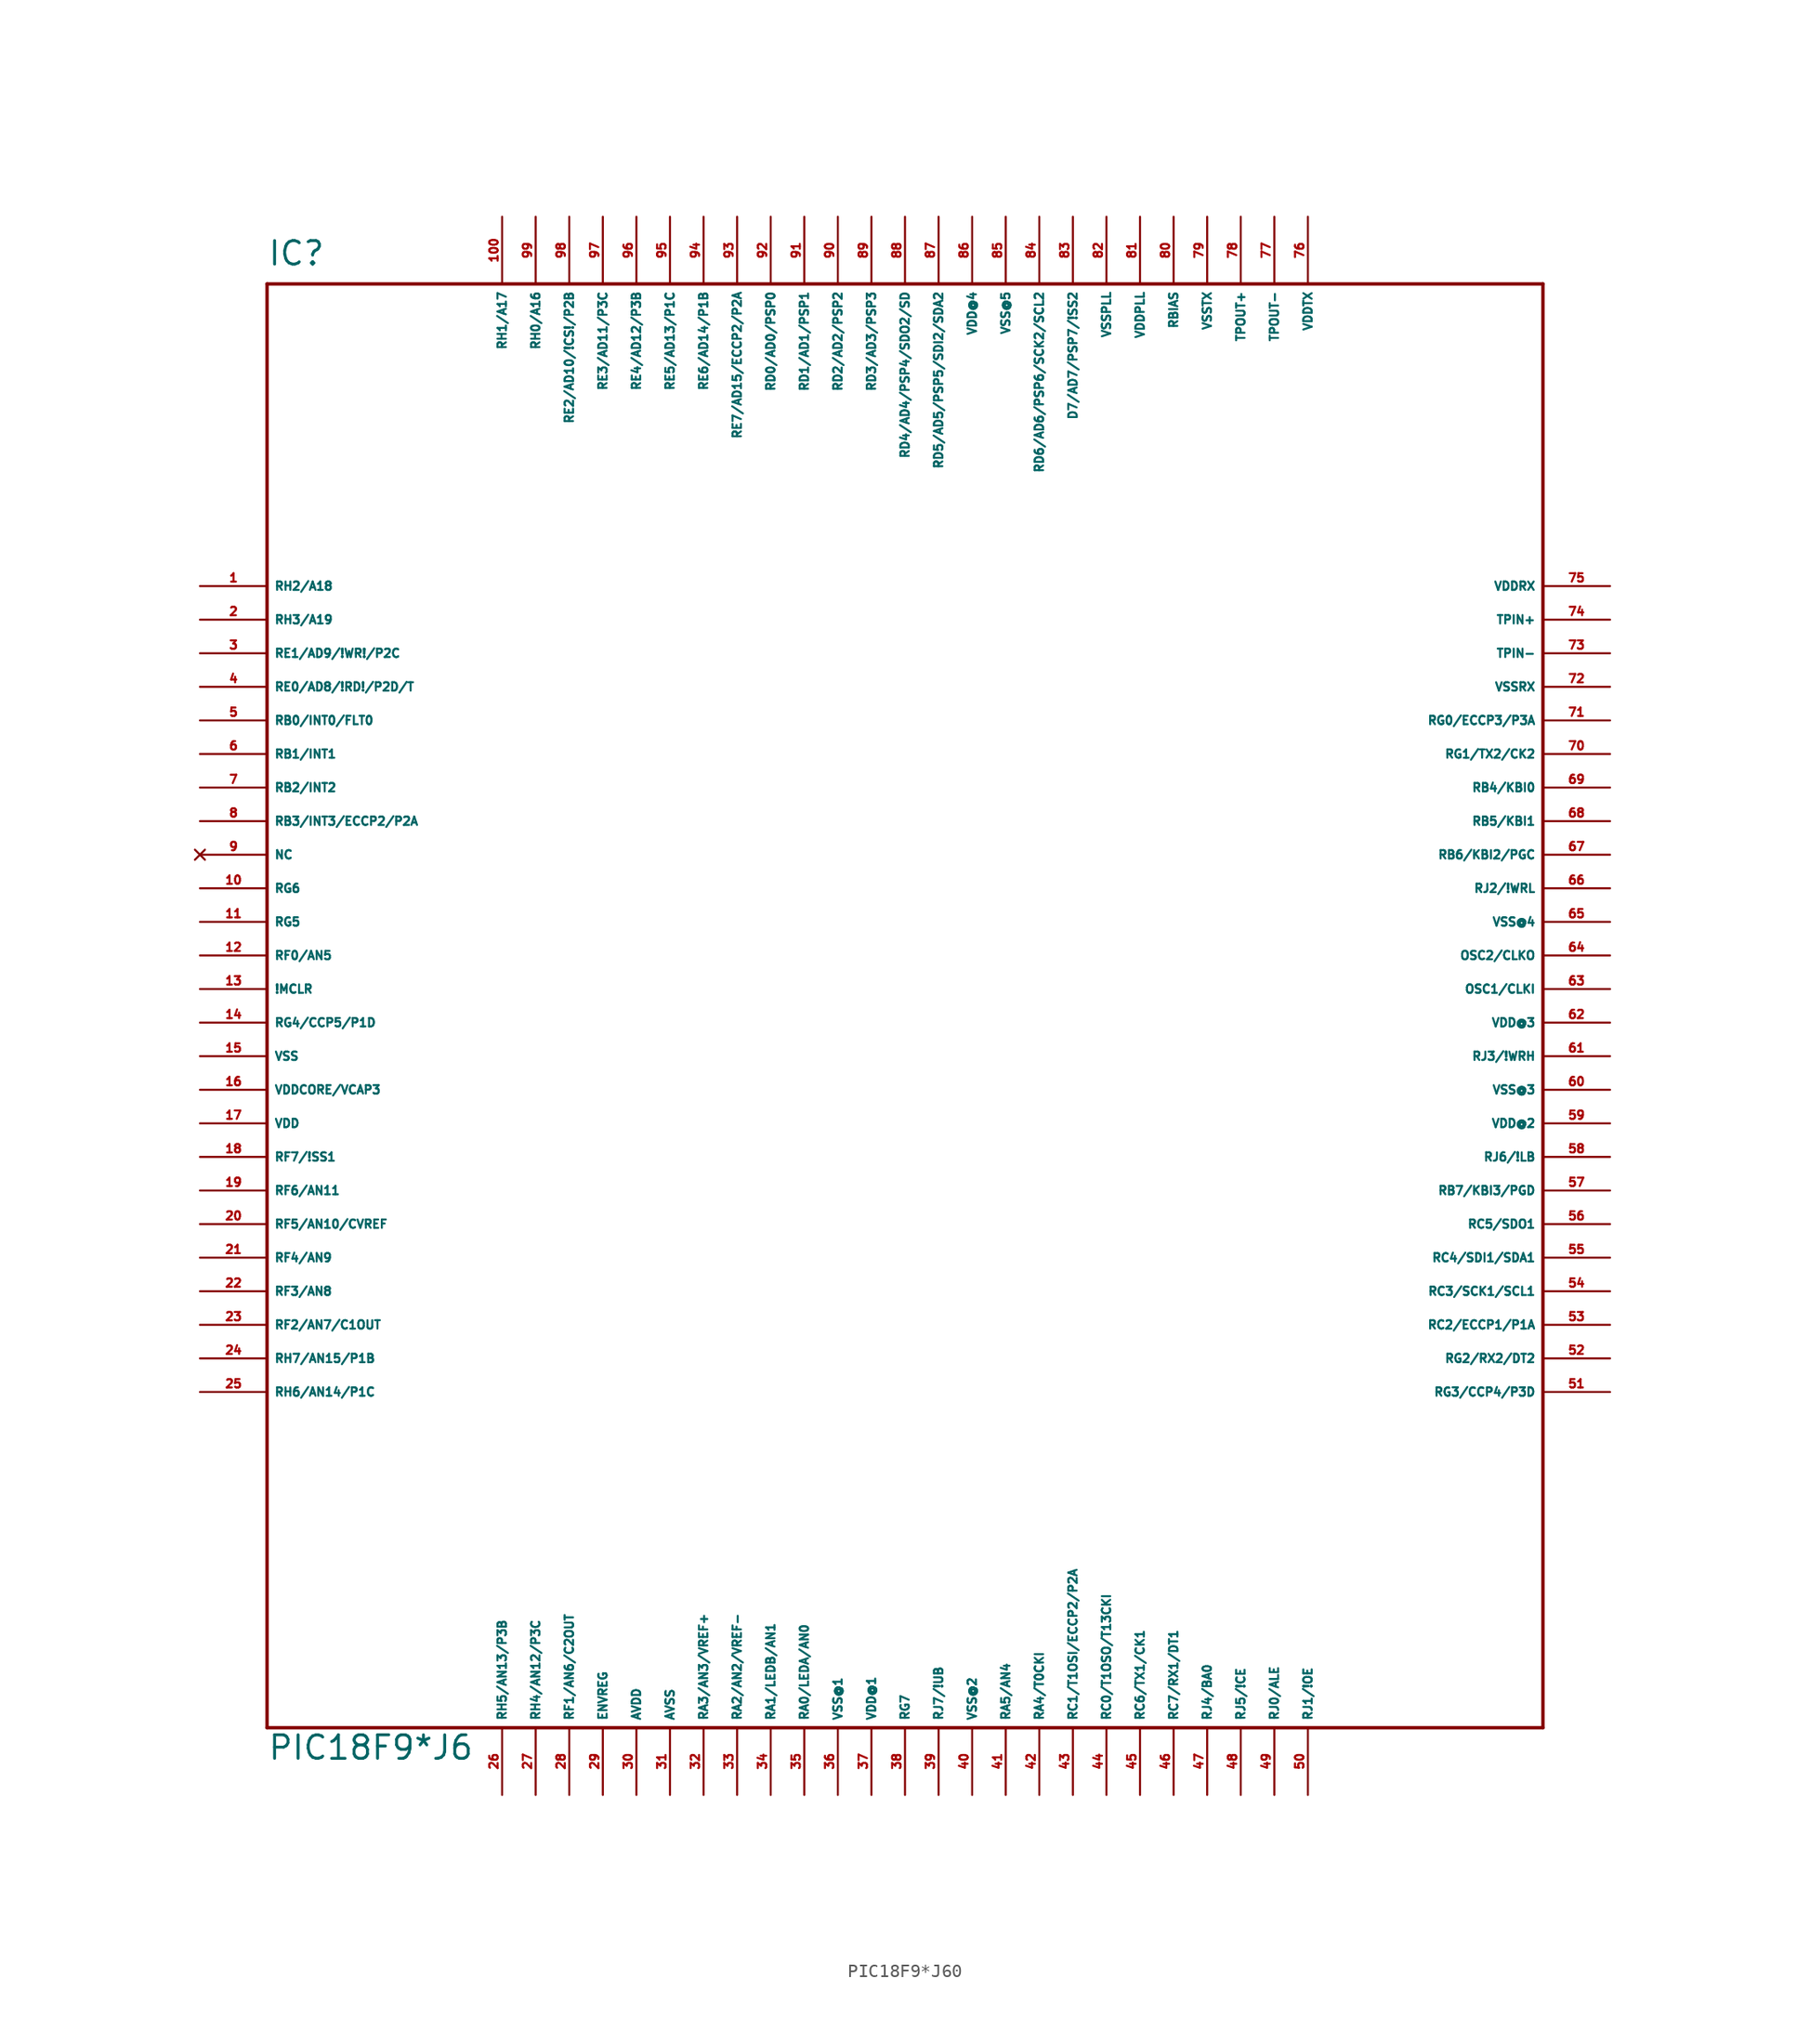
<source format=kicad_sym>
(kicad_symbol_lib
  (version 20220914)
  (generator Eagle2Kicad)
  (symbol "PIC18F9*J60"
    (property "Reference" "IC"
      (at -48.26 54.61 0)
      (effects (font (size 1.778 1.778) (thickness 0.22)) (justify left bottom)))
    (property "Value" "PIC18F9*J6"
      (at -48.26 -58.42 0)
      (effects (font (size 1.778 1.778) (thickness 0.22)) (justify left bottom)))
    (polyline
      (pts (xy -48.26 -55.88) (xy 48.26 -55.88))
      (stroke (width 0.254) (type default))
      (fill (type none)))
    (polyline
      (pts (xy 48.26 -55.88) (xy 48.26 53.34))
      (stroke (width 0.254) (type default))
      (fill (type none)))
    (polyline
      (pts (xy 48.26 53.34) (xy -48.26 53.34))
      (stroke (width 0.254) (type default))
      (fill (type none)))
    (polyline
      (pts (xy -48.26 53.34) (xy -48.26 -55.88))
      (stroke (width 0.254) (type default))
      (fill (type none)))
    (pin bidirectional line
      (at -53.34 30.48 0)
      (length 5.08)
      (name "RH2/A18" (effects (font (size 0.635 0.635) (thickness 0.08)) (justify left bottom)))
      (number "1" (effects (font (size 0.635 0.635) (thickness 0.08)) (justify left bottom))))
    (pin bidirectional line
      (at -53.34 27.94 0)
      (length 5.08)
      (name "RH3/A19" (effects (font (size 0.635 0.635) (thickness 0.08)) (justify left bottom)))
      (number "2" (effects (font (size 0.635 0.635) (thickness 0.08)) (justify left bottom))))
    (pin bidirectional line
      (at -53.34 25.4 0)
      (length 5.08)
      (name "RE1/AD9/!WR!/P2C" (effects (font (size 0.635 0.635) (thickness 0.08)) (justify left bottom)))
      (number "3" (effects (font (size 0.635 0.635) (thickness 0.08)) (justify left bottom))))
    (pin bidirectional line
      (at -53.34 22.86 0)
      (length 5.08)
      (name "RE0/AD8/!RD!/P2D/T" (effects (font (size 0.635 0.635) (thickness 0.08)) (justify left bottom)))
      (number "4" (effects (font (size 0.635 0.635) (thickness 0.08)) (justify left bottom))))
    (pin bidirectional line
      (at -53.34 20.32 0)
      (length 5.08)
      (name "RB0/INT0/FLT0" (effects (font (size 0.635 0.635) (thickness 0.08)) (justify left bottom)))
      (number "5" (effects (font (size 0.635 0.635) (thickness 0.08)) (justify left bottom))))
    (pin bidirectional line
      (at -53.34 17.78 0)
      (length 5.08)
      (name "RB1/INT1" (effects (font (size 0.635 0.635) (thickness 0.08)) (justify left bottom)))
      (number "6" (effects (font (size 0.635 0.635) (thickness 0.08)) (justify left bottom))))
    (pin bidirectional line
      (at -53.34 15.24 0)
      (length 5.08)
      (name "RB2/INT2" (effects (font (size 0.635 0.635) (thickness 0.08)) (justify left bottom)))
      (number "7" (effects (font (size 0.635 0.635) (thickness 0.08)) (justify left bottom))))
    (pin bidirectional line
      (at -53.34 12.7 0)
      (length 5.08)
      (name "RB3/INT3/ECCP2/P2A" (effects (font (size 0.635 0.635) (thickness 0.08)) (justify left bottom)))
      (number "8" (effects (font (size 0.635 0.635) (thickness 0.08)) (justify left bottom))))
    (pin no_connect line
      (at -53.34 10.16 0)
      (length 5.08)
      (name "NC" (effects (font (size 0.635 0.635) (thickness 0.08)) (justify left bottom) hide))
      (number "9" (effects (font (size 0.635 0.635) (thickness 0.08)) (justify left bottom) hide)))
    (pin bidirectional line
      (at -53.34 7.62 0)
      (length 5.08)
      (name "RG6" (effects (font (size 0.635 0.635) (thickness 0.08)) (justify left bottom)))
      (number "10" (effects (font (size 0.635 0.635) (thickness 0.08)) (justify left bottom))))
    (pin bidirectional line
      (at -53.34 5.08 0)
      (length 5.08)
      (name "RG5" (effects (font (size 0.635 0.635) (thickness 0.08)) (justify left bottom)))
      (number "11" (effects (font (size 0.635 0.635) (thickness 0.08)) (justify left bottom))))
    (pin bidirectional line
      (at -53.34 2.54 0)
      (length 5.08)
      (name "RF0/AN5" (effects (font (size 0.635 0.635) (thickness 0.08)) (justify left bottom)))
      (number "12" (effects (font (size 0.635 0.635) (thickness 0.08)) (justify left bottom))))
    (pin input line
      (at -53.34 0 0)
      (length 5.08)
      (name "!MCLR" (effects (font (size 0.635 0.635) (thickness 0.08)) (justify left bottom)))
      (number "13" (effects (font (size 0.635 0.635) (thickness 0.08)) (justify left bottom))))
    (pin bidirectional line
      (at -53.34 -2.54 0)
      (length 5.08)
      (name "RG4/CCP5/P1D" (effects (font (size 0.635 0.635) (thickness 0.08)) (justify left bottom)))
      (number "14" (effects (font (size 0.635 0.635) (thickness 0.08)) (justify left bottom))))
    (pin unspecified line
      (at -53.34 -5.08 0)
      (length 5.08)
      (name "VSS" (effects (font (size 0.635 0.635) (thickness 0.08)) (justify left bottom)))
      (number "15" (effects (font (size 0.635 0.635) (thickness 0.08)) (justify left bottom))))
    (pin bidirectional line
      (at -53.34 -7.62 0)
      (length 5.08)
      (name "VDDCORE/VCAP3" (effects (font (size 0.635 0.635) (thickness 0.08)) (justify left bottom)))
      (number "16" (effects (font (size 0.635 0.635) (thickness 0.08)) (justify left bottom))))
    (pin unspecified line
      (at -53.34 -10.16 0)
      (length 5.08)
      (name "VDD" (effects (font (size 0.635 0.635) (thickness 0.08)) (justify left bottom)))
      (number "17" (effects (font (size 0.635 0.635) (thickness 0.08)) (justify left bottom))))
    (pin bidirectional line
      (at -53.34 -12.7 0)
      (length 5.08)
      (name "RF7/!SS1" (effects (font (size 0.635 0.635) (thickness 0.08)) (justify left bottom)))
      (number "18" (effects (font (size 0.635 0.635) (thickness 0.08)) (justify left bottom))))
    (pin bidirectional line
      (at -53.34 -15.24 0)
      (length 5.08)
      (name "RF6/AN11" (effects (font (size 0.635 0.635) (thickness 0.08)) (justify left bottom)))
      (number "19" (effects (font (size 0.635 0.635) (thickness 0.08)) (justify left bottom))))
    (pin bidirectional line
      (at -53.34 -17.78 0)
      (length 5.08)
      (name "RF5/AN10/CVREF" (effects (font (size 0.635 0.635) (thickness 0.08)) (justify left bottom)))
      (number "20" (effects (font (size 0.635 0.635) (thickness 0.08)) (justify left bottom))))
    (pin bidirectional line
      (at -53.34 -20.32 0)
      (length 5.08)
      (name "RF4/AN9" (effects (font (size 0.635 0.635) (thickness 0.08)) (justify left bottom)))
      (number "21" (effects (font (size 0.635 0.635) (thickness 0.08)) (justify left bottom))))
    (pin bidirectional line
      (at -53.34 -22.86 0)
      (length 5.08)
      (name "RF3/AN8" (effects (font (size 0.635 0.635) (thickness 0.08)) (justify left bottom)))
      (number "22" (effects (font (size 0.635 0.635) (thickness 0.08)) (justify left bottom))))
    (pin bidirectional line
      (at -53.34 -25.4 0)
      (length 5.08)
      (name "RF2/AN7/C1OUT" (effects (font (size 0.635 0.635) (thickness 0.08)) (justify left bottom)))
      (number "23" (effects (font (size 0.635 0.635) (thickness 0.08)) (justify left bottom))))
    (pin bidirectional line
      (at -53.34 -27.94 0)
      (length 5.08)
      (name "RH7/AN15/P1B" (effects (font (size 0.635 0.635) (thickness 0.08)) (justify left bottom)))
      (number "24" (effects (font (size 0.635 0.635) (thickness 0.08)) (justify left bottom))))
    (pin bidirectional line
      (at -53.34 -30.48 0)
      (length 5.08)
      (name "RH6/AN14/P1C" (effects (font (size 0.635 0.635) (thickness 0.08)) (justify left bottom)))
      (number "25" (effects (font (size 0.635 0.635) (thickness 0.08)) (justify left bottom))))
    (pin bidirectional line
      (at -30.48 -60.96 90)
      (length 5.08)
      (name "RH5/AN13/P3B" (effects (font (size 0.635 0.635) (thickness 0.08)) (justify left bottom)))
      (number "26" (effects (font (size 0.635 0.635) (thickness 0.08)) (justify left bottom))))
    (pin bidirectional line
      (at -27.94 -60.96 90)
      (length 5.08)
      (name "RH4/AN12/P3C" (effects (font (size 0.635 0.635) (thickness 0.08)) (justify left bottom)))
      (number "27" (effects (font (size 0.635 0.635) (thickness 0.08)) (justify left bottom))))
    (pin bidirectional line
      (at -25.4 -60.96 90)
      (length 5.08)
      (name "RF1/AN6/C2OUT" (effects (font (size 0.635 0.635) (thickness 0.08)) (justify left bottom)))
      (number "28" (effects (font (size 0.635 0.635) (thickness 0.08)) (justify left bottom))))
    (pin input line
      (at -22.86 -60.96 90)
      (length 5.08)
      (name "ENVREG" (effects (font (size 0.635 0.635) (thickness 0.08)) (justify left bottom)))
      (number "29" (effects (font (size 0.635 0.635) (thickness 0.08)) (justify left bottom))))
    (pin input line
      (at -20.32 -60.96 90)
      (length 5.08)
      (name "AVDD" (effects (font (size 0.635 0.635) (thickness 0.08)) (justify left bottom)))
      (number "30" (effects (font (size 0.635 0.635) (thickness 0.08)) (justify left bottom))))
    (pin input line
      (at -17.78 -60.96 90)
      (length 5.08)
      (name "AVSS" (effects (font (size 0.635 0.635) (thickness 0.08)) (justify left bottom)))
      (number "31" (effects (font (size 0.635 0.635) (thickness 0.08)) (justify left bottom))))
    (pin bidirectional line
      (at -15.24 -60.96 90)
      (length 5.08)
      (name "RA3/AN3/VREF+" (effects (font (size 0.635 0.635) (thickness 0.08)) (justify left bottom)))
      (number "32" (effects (font (size 0.635 0.635) (thickness 0.08)) (justify left bottom))))
    (pin bidirectional line
      (at -12.7 -60.96 90)
      (length 5.08)
      (name "RA2/AN2/VREF-" (effects (font (size 0.635 0.635) (thickness 0.08)) (justify left bottom)))
      (number "33" (effects (font (size 0.635 0.635) (thickness 0.08)) (justify left bottom))))
    (pin bidirectional line
      (at -10.16 -60.96 90)
      (length 5.08)
      (name "RA1/LEDB/AN1" (effects (font (size 0.635 0.635) (thickness 0.08)) (justify left bottom)))
      (number "34" (effects (font (size 0.635 0.635) (thickness 0.08)) (justify left bottom))))
    (pin bidirectional line
      (at -7.62 -60.96 90)
      (length 5.08)
      (name "RA0/LEDA/AN0" (effects (font (size 0.635 0.635) (thickness 0.08)) (justify left bottom)))
      (number "35" (effects (font (size 0.635 0.635) (thickness 0.08)) (justify left bottom))))
    (pin unspecified line
      (at -5.08 -60.96 90)
      (length 5.08)
      (name "VSS@1" (effects (font (size 0.635 0.635) (thickness 0.08)) (justify left bottom)))
      (number "36" (effects (font (size 0.635 0.635) (thickness 0.08)) (justify left bottom))))
    (pin unspecified line
      (at -2.54 -60.96 90)
      (length 5.08)
      (name "VDD@1" (effects (font (size 0.635 0.635) (thickness 0.08)) (justify left bottom)))
      (number "37" (effects (font (size 0.635 0.635) (thickness 0.08)) (justify left bottom))))
    (pin bidirectional line
      (at 0 -60.96 90)
      (length 5.08)
      (name "RG7" (effects (font (size 0.635 0.635) (thickness 0.08)) (justify left bottom)))
      (number "38" (effects (font (size 0.635 0.635) (thickness 0.08)) (justify left bottom))))
    (pin bidirectional line
      (at 2.54 -60.96 90)
      (length 5.08)
      (name "RJ7/!UB" (effects (font (size 0.635 0.635) (thickness 0.08)) (justify left bottom)))
      (number "39" (effects (font (size 0.635 0.635) (thickness 0.08)) (justify left bottom))))
    (pin bidirectional line
      (at 5.08 -60.96 90)
      (length 5.08)
      (name "VSS@2" (effects (font (size 0.635 0.635) (thickness 0.08)) (justify left bottom)))
      (number "40" (effects (font (size 0.635 0.635) (thickness 0.08)) (justify left bottom))))
    (pin bidirectional line
      (at 7.62 -60.96 90)
      (length 5.08)
      (name "RA5/AN4" (effects (font (size 0.635 0.635) (thickness 0.08)) (justify left bottom)))
      (number "41" (effects (font (size 0.635 0.635) (thickness 0.08)) (justify left bottom))))
    (pin bidirectional line
      (at 10.16 -60.96 90)
      (length 5.08)
      (name "RA4/T0CKI" (effects (font (size 0.635 0.635) (thickness 0.08)) (justify left bottom)))
      (number "42" (effects (font (size 0.635 0.635) (thickness 0.08)) (justify left bottom))))
    (pin bidirectional line
      (at 12.7 -60.96 90)
      (length 5.08)
      (name "RC1/T1OSI/ECCP2/P2A" (effects (font (size 0.635 0.635) (thickness 0.08)) (justify left bottom)))
      (number "43" (effects (font (size 0.635 0.635) (thickness 0.08)) (justify left bottom))))
    (pin bidirectional line
      (at 15.24 -60.96 90)
      (length 5.08)
      (name "RC0/T1OSO/T13CKI" (effects (font (size 0.635 0.635) (thickness 0.08)) (justify left bottom)))
      (number "44" (effects (font (size 0.635 0.635) (thickness 0.08)) (justify left bottom))))
    (pin bidirectional line
      (at 17.78 -60.96 90)
      (length 5.08)
      (name "RC6/TX1/CK1" (effects (font (size 0.635 0.635) (thickness 0.08)) (justify left bottom)))
      (number "45" (effects (font (size 0.635 0.635) (thickness 0.08)) (justify left bottom))))
    (pin bidirectional line
      (at 20.32 -60.96 90)
      (length 5.08)
      (name "RC7/RX1/DT1" (effects (font (size 0.635 0.635) (thickness 0.08)) (justify left bottom)))
      (number "46" (effects (font (size 0.635 0.635) (thickness 0.08)) (justify left bottom))))
    (pin bidirectional line
      (at 22.86 -60.96 90)
      (length 5.08)
      (name "RJ4/BA0" (effects (font (size 0.635 0.635) (thickness 0.08)) (justify left bottom)))
      (number "47" (effects (font (size 0.635 0.635) (thickness 0.08)) (justify left bottom))))
    (pin bidirectional line
      (at 25.4 -60.96 90)
      (length 5.08)
      (name "RJ5/!CE" (effects (font (size 0.635 0.635) (thickness 0.08)) (justify left bottom)))
      (number "48" (effects (font (size 0.635 0.635) (thickness 0.08)) (justify left bottom))))
    (pin bidirectional line
      (at 27.94 -60.96 90)
      (length 5.08)
      (name "RJ0/ALE" (effects (font (size 0.635 0.635) (thickness 0.08)) (justify left bottom)))
      (number "49" (effects (font (size 0.635 0.635) (thickness 0.08)) (justify left bottom))))
    (pin bidirectional line
      (at 30.48 -60.96 90)
      (length 5.08)
      (name "RJ1/!OE" (effects (font (size 0.635 0.635) (thickness 0.08)) (justify left bottom)))
      (number "50" (effects (font (size 0.635 0.635) (thickness 0.08)) (justify left bottom))))
    (pin bidirectional line
      (at 53.34 -30.48 180)
      (length 5.08)
      (name "RG3/CCP4/P3D" (effects (font (size 0.635 0.635) (thickness 0.08)) (justify left bottom)))
      (number "51" (effects (font (size 0.635 0.635) (thickness 0.08)) (justify left bottom))))
    (pin bidirectional line
      (at 53.34 -27.94 180)
      (length 5.08)
      (name "RG2/RX2/DT2" (effects (font (size 0.635 0.635) (thickness 0.08)) (justify left bottom)))
      (number "52" (effects (font (size 0.635 0.635) (thickness 0.08)) (justify left bottom))))
    (pin bidirectional line
      (at 53.34 -25.4 180)
      (length 5.08)
      (name "RC2/ECCP1/P1A" (effects (font (size 0.635 0.635) (thickness 0.08)) (justify left bottom)))
      (number "53" (effects (font (size 0.635 0.635) (thickness 0.08)) (justify left bottom))))
    (pin bidirectional line
      (at 53.34 -22.86 180)
      (length 5.08)
      (name "RC3/SCK1/SCL1" (effects (font (size 0.635 0.635) (thickness 0.08)) (justify left bottom)))
      (number "54" (effects (font (size 0.635 0.635) (thickness 0.08)) (justify left bottom))))
    (pin bidirectional line
      (at 53.34 -20.32 180)
      (length 5.08)
      (name "RC4/SDI1/SDA1" (effects (font (size 0.635 0.635) (thickness 0.08)) (justify left bottom)))
      (number "55" (effects (font (size 0.635 0.635) (thickness 0.08)) (justify left bottom))))
    (pin bidirectional line
      (at 53.34 -17.78 180)
      (length 5.08)
      (name "RC5/SDO1" (effects (font (size 0.635 0.635) (thickness 0.08)) (justify left bottom)))
      (number "56" (effects (font (size 0.635 0.635) (thickness 0.08)) (justify left bottom))))
    (pin bidirectional line
      (at 53.34 -15.24 180)
      (length 5.08)
      (name "RB7/KBI3/PGD" (effects (font (size 0.635 0.635) (thickness 0.08)) (justify left bottom)))
      (number "57" (effects (font (size 0.635 0.635) (thickness 0.08)) (justify left bottom))))
    (pin bidirectional line
      (at 53.34 -12.7 180)
      (length 5.08)
      (name "RJ6/!LB" (effects (font (size 0.635 0.635) (thickness 0.08)) (justify left bottom)))
      (number "58" (effects (font (size 0.635 0.635) (thickness 0.08)) (justify left bottom))))
    (pin unspecified line
      (at 53.34 -10.16 180)
      (length 5.08)
      (name "VDD@2" (effects (font (size 0.635 0.635) (thickness 0.08)) (justify left bottom)))
      (number "59" (effects (font (size 0.635 0.635) (thickness 0.08)) (justify left bottom))))
    (pin unspecified line
      (at 53.34 -7.62 180)
      (length 5.08)
      (name "VSS@3" (effects (font (size 0.635 0.635) (thickness 0.08)) (justify left bottom)))
      (number "60" (effects (font (size 0.635 0.635) (thickness 0.08)) (justify left bottom))))
    (pin bidirectional line
      (at 53.34 -5.08 180)
      (length 5.08)
      (name "RJ3/!WRH" (effects (font (size 0.635 0.635) (thickness 0.08)) (justify left bottom)))
      (number "61" (effects (font (size 0.635 0.635) (thickness 0.08)) (justify left bottom))))
    (pin unspecified line
      (at 53.34 -2.54 180)
      (length 5.08)
      (name "VDD@3" (effects (font (size 0.635 0.635) (thickness 0.08)) (justify left bottom)))
      (number "62" (effects (font (size 0.635 0.635) (thickness 0.08)) (justify left bottom))))
    (pin input line
      (at 53.34 0 180)
      (length 5.08)
      (name "OSC1/CLKI" (effects (font (size 0.635 0.635) (thickness 0.08)) (justify left bottom)))
      (number "63" (effects (font (size 0.635 0.635) (thickness 0.08)) (justify left bottom))))
    (pin output line
      (at 53.34 2.54 180)
      (length 5.08)
      (name "OSC2/CLKO" (effects (font (size 0.635 0.635) (thickness 0.08)) (justify left bottom)))
      (number "64" (effects (font (size 0.635 0.635) (thickness 0.08)) (justify left bottom))))
    (pin unspecified line
      (at 53.34 5.08 180)
      (length 5.08)
      (name "VSS@4" (effects (font (size 0.635 0.635) (thickness 0.08)) (justify left bottom)))
      (number "65" (effects (font (size 0.635 0.635) (thickness 0.08)) (justify left bottom))))
    (pin bidirectional line
      (at 53.34 7.62 180)
      (length 5.08)
      (name "RJ2/!WRL" (effects (font (size 0.635 0.635) (thickness 0.08)) (justify left bottom)))
      (number "66" (effects (font (size 0.635 0.635) (thickness 0.08)) (justify left bottom))))
    (pin bidirectional line
      (at 53.34 10.16 180)
      (length 5.08)
      (name "RB6/KBI2/PGC" (effects (font (size 0.635 0.635) (thickness 0.08)) (justify left bottom)))
      (number "67" (effects (font (size 0.635 0.635) (thickness 0.08)) (justify left bottom))))
    (pin bidirectional line
      (at 53.34 12.7 180)
      (length 5.08)
      (name "RB5/KBI1" (effects (font (size 0.635 0.635) (thickness 0.08)) (justify left bottom)))
      (number "68" (effects (font (size 0.635 0.635) (thickness 0.08)) (justify left bottom))))
    (pin bidirectional line
      (at 53.34 15.24 180)
      (length 5.08)
      (name "RB4/KBI0" (effects (font (size 0.635 0.635) (thickness 0.08)) (justify left bottom)))
      (number "69" (effects (font (size 0.635 0.635) (thickness 0.08)) (justify left bottom))))
    (pin bidirectional line
      (at 53.34 17.78 180)
      (length 5.08)
      (name "RG1/TX2/CK2" (effects (font (size 0.635 0.635) (thickness 0.08)) (justify left bottom)))
      (number "70" (effects (font (size 0.635 0.635) (thickness 0.08)) (justify left bottom))))
    (pin bidirectional line
      (at 53.34 20.32 180)
      (length 5.08)
      (name "RG0/ECCP3/P3A" (effects (font (size 0.635 0.635) (thickness 0.08)) (justify left bottom)))
      (number "71" (effects (font (size 0.635 0.635) (thickness 0.08)) (justify left bottom))))
    (pin input line
      (at 53.34 22.86 180)
      (length 5.08)
      (name "VSSRX" (effects (font (size 0.635 0.635) (thickness 0.08)) (justify left bottom)))
      (number "72" (effects (font (size 0.635 0.635) (thickness 0.08)) (justify left bottom))))
    (pin input line
      (at 53.34 25.4 180)
      (length 5.08)
      (name "TPIN-" (effects (font (size 0.635 0.635) (thickness 0.08)) (justify left bottom)))
      (number "73" (effects (font (size 0.635 0.635) (thickness 0.08)) (justify left bottom))))
    (pin input line
      (at 53.34 27.94 180)
      (length 5.08)
      (name "TPIN+" (effects (font (size 0.635 0.635) (thickness 0.08)) (justify left bottom)))
      (number "74" (effects (font (size 0.635 0.635) (thickness 0.08)) (justify left bottom))))
    (pin input line
      (at 53.34 30.48 180)
      (length 5.08)
      (name "VDDRX" (effects (font (size 0.635 0.635) (thickness 0.08)) (justify left bottom)))
      (number "75" (effects (font (size 0.635 0.635) (thickness 0.08)) (justify left bottom))))
    (pin input line
      (at 30.48 58.42 270)
      (length 5.08)
      (name "VDDTX" (effects (font (size 0.635 0.635) (thickness 0.08)) (justify left bottom)))
      (number "76" (effects (font (size 0.635 0.635) (thickness 0.08)) (justify left bottom))))
    (pin bidirectional line
      (at 27.94 58.42 270)
      (length 5.08)
      (name "TPOUT-" (effects (font (size 0.635 0.635) (thickness 0.08)) (justify left bottom)))
      (number "77" (effects (font (size 0.635 0.635) (thickness 0.08)) (justify left bottom))))
    (pin bidirectional line
      (at 25.4 58.42 270)
      (length 5.08)
      (name "TPOUT+" (effects (font (size 0.635 0.635) (thickness 0.08)) (justify left bottom)))
      (number "78" (effects (font (size 0.635 0.635) (thickness 0.08)) (justify left bottom))))
    (pin input line
      (at 22.86 58.42 270)
      (length 5.08)
      (name "VSSTX" (effects (font (size 0.635 0.635) (thickness 0.08)) (justify left bottom)))
      (number "79" (effects (font (size 0.635 0.635) (thickness 0.08)) (justify left bottom))))
    (pin input line
      (at 20.32 58.42 270)
      (length 5.08)
      (name "RBIAS" (effects (font (size 0.635 0.635) (thickness 0.08)) (justify left bottom)))
      (number "80" (effects (font (size 0.635 0.635) (thickness 0.08)) (justify left bottom))))
    (pin input line
      (at 17.78 58.42 270)
      (length 5.08)
      (name "VDDPLL" (effects (font (size 0.635 0.635) (thickness 0.08)) (justify left bottom)))
      (number "81" (effects (font (size 0.635 0.635) (thickness 0.08)) (justify left bottom))))
    (pin input line
      (at 15.24 58.42 270)
      (length 5.08)
      (name "VSSPLL" (effects (font (size 0.635 0.635) (thickness 0.08)) (justify left bottom)))
      (number "82" (effects (font (size 0.635 0.635) (thickness 0.08)) (justify left bottom))))
    (pin bidirectional line
      (at 12.7 58.42 270)
      (length 5.08)
      (name "D7/AD7/PSP7/!SS2" (effects (font (size 0.635 0.635) (thickness 0.08)) (justify left bottom)))
      (number "83" (effects (font (size 0.635 0.635) (thickness 0.08)) (justify left bottom))))
    (pin bidirectional line
      (at 10.16 58.42 270)
      (length 5.08)
      (name "RD6/AD6/PSP6/SCK2/SCL2" (effects (font (size 0.635 0.635) (thickness 0.08)) (justify left bottom)))
      (number "84" (effects (font (size 0.635 0.635) (thickness 0.08)) (justify left bottom))))
    (pin unspecified line
      (at 7.62 58.42 270)
      (length 5.08)
      (name "VSS@5" (effects (font (size 0.635 0.635) (thickness 0.08)) (justify left bottom)))
      (number "85" (effects (font (size 0.635 0.635) (thickness 0.08)) (justify left bottom))))
    (pin unspecified line
      (at 5.08 58.42 270)
      (length 5.08)
      (name "VDD@4" (effects (font (size 0.635 0.635) (thickness 0.08)) (justify left bottom)))
      (number "86" (effects (font (size 0.635 0.635) (thickness 0.08)) (justify left bottom))))
    (pin bidirectional line
      (at 2.54 58.42 270)
      (length 5.08)
      (name "RD5/AD5/PSP5/SDI2/SDA2" (effects (font (size 0.635 0.635) (thickness 0.08)) (justify left bottom)))
      (number "87" (effects (font (size 0.635 0.635) (thickness 0.08)) (justify left bottom))))
    (pin bidirectional line
      (at 0 58.42 270)
      (length 5.08)
      (name "RD4/AD4/PSP4/SDO2/SD" (effects (font (size 0.635 0.635) (thickness 0.08)) (justify left bottom)))
      (number "88" (effects (font (size 0.635 0.635) (thickness 0.08)) (justify left bottom))))
    (pin bidirectional line
      (at -2.54 58.42 270)
      (length 5.08)
      (name "RD3/AD3/PSP3" (effects (font (size 0.635 0.635) (thickness 0.08)) (justify left bottom)))
      (number "89" (effects (font (size 0.635 0.635) (thickness 0.08)) (justify left bottom))))
    (pin bidirectional line
      (at -5.08 58.42 270)
      (length 5.08)
      (name "RD2/AD2/PSP2" (effects (font (size 0.635 0.635) (thickness 0.08)) (justify left bottom)))
      (number "90" (effects (font (size 0.635 0.635) (thickness 0.08)) (justify left bottom))))
    (pin bidirectional line
      (at -7.62 58.42 270)
      (length 5.08)
      (name "RD1/AD1/PSP1" (effects (font (size 0.635 0.635) (thickness 0.08)) (justify left bottom)))
      (number "91" (effects (font (size 0.635 0.635) (thickness 0.08)) (justify left bottom))))
    (pin bidirectional line
      (at -10.16 58.42 270)
      (length 5.08)
      (name "RD0/AD0/PSP0" (effects (font (size 0.635 0.635) (thickness 0.08)) (justify left bottom)))
      (number "92" (effects (font (size 0.635 0.635) (thickness 0.08)) (justify left bottom))))
    (pin bidirectional line
      (at -12.7 58.42 270)
      (length 5.08)
      (name "RE7/AD15/ECCP2/P2A" (effects (font (size 0.635 0.635) (thickness 0.08)) (justify left bottom)))
      (number "93" (effects (font (size 0.635 0.635) (thickness 0.08)) (justify left bottom))))
    (pin bidirectional line
      (at -15.24 58.42 270)
      (length 5.08)
      (name "RE6/AD14/P1B" (effects (font (size 0.635 0.635) (thickness 0.08)) (justify left bottom)))
      (number "94" (effects (font (size 0.635 0.635) (thickness 0.08)) (justify left bottom))))
    (pin bidirectional line
      (at -17.78 58.42 270)
      (length 5.08)
      (name "RE5/AD13/P1C" (effects (font (size 0.635 0.635) (thickness 0.08)) (justify left bottom)))
      (number "95" (effects (font (size 0.635 0.635) (thickness 0.08)) (justify left bottom))))
    (pin bidirectional line
      (at -20.32 58.42 270)
      (length 5.08)
      (name "RE4/AD12/P3B" (effects (font (size 0.635 0.635) (thickness 0.08)) (justify left bottom)))
      (number "96" (effects (font (size 0.635 0.635) (thickness 0.08)) (justify left bottom))))
    (pin bidirectional line
      (at -22.86 58.42 270)
      (length 5.08)
      (name "RE3/AD11/P3C" (effects (font (size 0.635 0.635) (thickness 0.08)) (justify left bottom)))
      (number "97" (effects (font (size 0.635 0.635) (thickness 0.08)) (justify left bottom))))
    (pin bidirectional line
      (at -25.4 58.42 270)
      (length 5.08)
      (name "RE2/AD10/!CS!/P2B" (effects (font (size 0.635 0.635) (thickness 0.08)) (justify left bottom)))
      (number "98" (effects (font (size 0.635 0.635) (thickness 0.08)) (justify left bottom))))
    (pin bidirectional line
      (at -27.94 58.42 270)
      (length 5.08)
      (name "RH0/A16" (effects (font (size 0.635 0.635) (thickness 0.08)) (justify left bottom)))
      (number "99" (effects (font (size 0.635 0.635) (thickness 0.08)) (justify left bottom))))
    (pin bidirectional line
      (at -30.48 58.42 270)
      (length 5.08)
      (name "RH1/A17" (effects (font (size 0.635 0.635) (thickness 0.08)) (justify left bottom)))
      (number "100" (effects (font (size 0.635 0.635) (thickness 0.08)) (justify left bottom))))))
</source>
